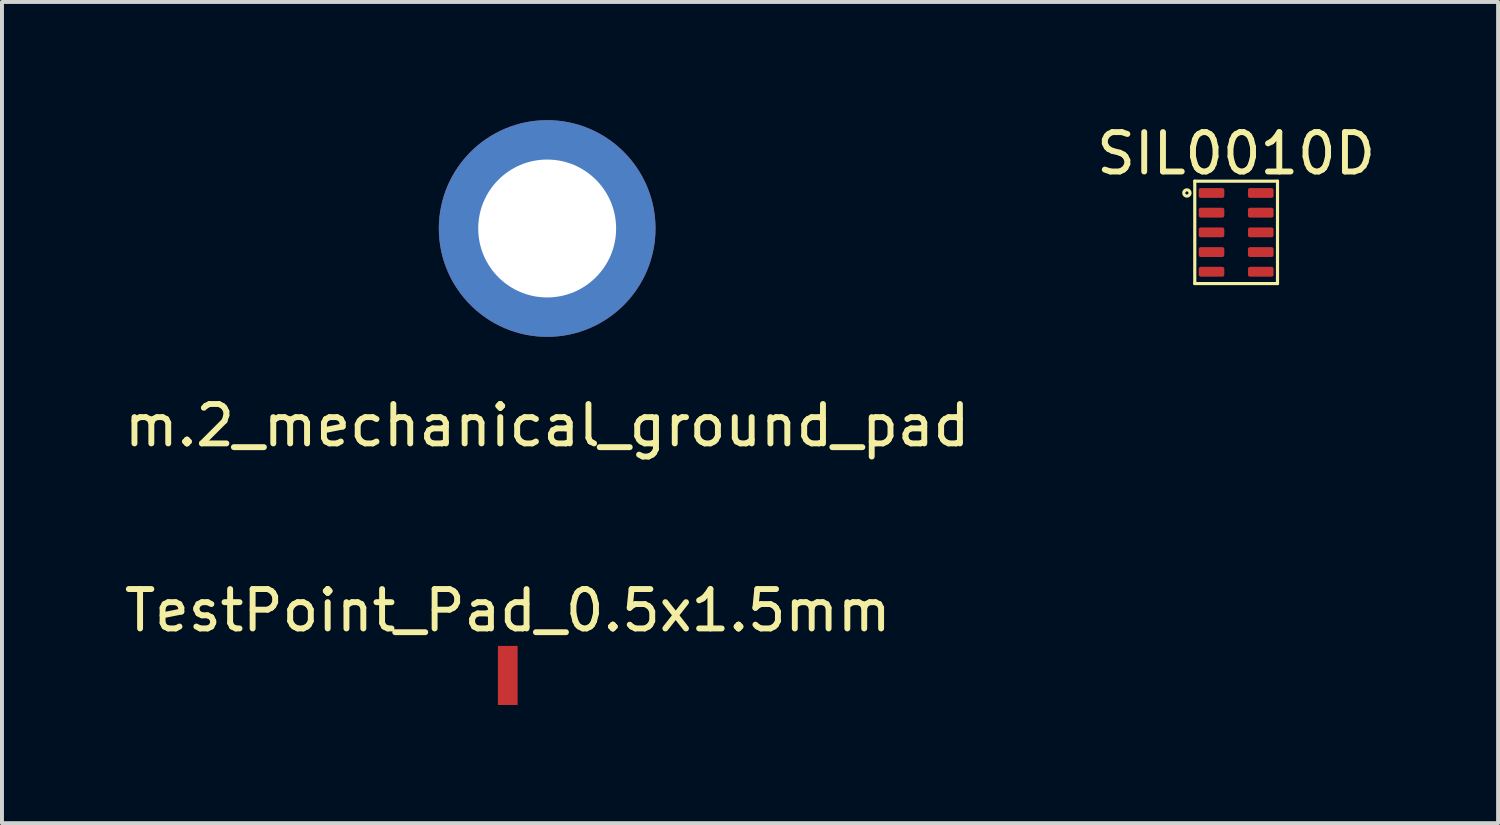
<source format=kicad_pcb>
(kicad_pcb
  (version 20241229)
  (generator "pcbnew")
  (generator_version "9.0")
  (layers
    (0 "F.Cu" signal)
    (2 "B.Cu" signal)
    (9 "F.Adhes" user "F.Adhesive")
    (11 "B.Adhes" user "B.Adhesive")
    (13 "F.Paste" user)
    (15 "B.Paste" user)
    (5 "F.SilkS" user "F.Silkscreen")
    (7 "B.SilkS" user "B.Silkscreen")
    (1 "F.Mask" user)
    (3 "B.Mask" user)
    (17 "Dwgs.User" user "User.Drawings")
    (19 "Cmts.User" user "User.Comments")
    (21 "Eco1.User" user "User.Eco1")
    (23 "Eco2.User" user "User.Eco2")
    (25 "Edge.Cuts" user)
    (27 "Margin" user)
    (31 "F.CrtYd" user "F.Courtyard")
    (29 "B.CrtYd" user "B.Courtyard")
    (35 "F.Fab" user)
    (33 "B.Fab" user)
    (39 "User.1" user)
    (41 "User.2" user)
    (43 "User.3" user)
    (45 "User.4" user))
  (footprint "m.2_mechanical_ground_pad"
    (layer "F.Cu")
    (at 10.839 2.75)
    (property "Reference" "m.2_mechanical_ground_pad" (at 0 5 0) (layer "F.SilkS") (effects (font (size 1 1) (thickness 0.15))))
    (attr through_hole)
    (fp_line (start -2.5 1) (end -2.5 -0.5) (stroke (width 1) (type solid)) (layer "B.Mask"))
    (fp_line (start 2.5 1) (end 2.5 -0.5) (stroke (width 1) (type solid)) (layer "B.Mask"))
    (fp_arc (start 2 1) (mid 0 3) (end -2 1) (stroke (width 2) (type solid)) (layer "B.Mask"))
    (pad "1" thru_hole circle (at 0 0) (size 5.5 5.5) (drill 3.5) (layers "*.Cu" "*.Mask")))
  (footprint "SIL0010D"
    (layer "F.Cu")
    (at 28.327 2.848)
    (property "Reference" "SIL0010D" (at 0 -2 0) (layer "F.SilkS") (effects (font (size 1 1) (thickness 0.15))))
    (attr through_hole)
    (fp_line (start -1.05 -1.3) (end 1.05 -1.3) (stroke (width 0.08) (type solid)) (layer "F.SilkS"))
    (fp_line (start -1.05 1.3) (end -1.05 -1.3) (stroke (width 0.08) (type solid)) (layer "F.SilkS"))
    (fp_line (start 1.05 -1.3) (end 1.05 1.3) (stroke (width 0.08) (type solid)) (layer "F.SilkS"))
    (fp_line (start 1.05 1.3) (end -1.05 1.3) (stroke (width 0.08) (type solid)) (layer "F.SilkS"))
    (fp_circle (center -1.25 -1) (end -1.17 -1) (stroke (width 0.08) (type solid)) (fill no) (layer "F.SilkS"))
    (pad "1" smd roundrect (at -0.625 -1) (size 0.65 0.25) (layers "F.Cu" "F.Mask" "F.Paste") (roundrect_rratio 0.2))
    (pad "2" smd roundrect (at -0.625 -0.5) (size 0.65 0.25) (layers "F.Cu" "F.Mask" "F.Paste") (roundrect_rratio 0.2))
    (pad "3" smd roundrect (at -0.625 0) (size 0.65 0.25) (layers "F.Cu" "F.Mask" "F.Paste") (roundrect_rratio 0.2))
    (pad "4" smd roundrect (at -0.625 0.5) (size 0.65 0.25) (layers "F.Cu" "F.Mask" "F.Paste") (roundrect_rratio 0.2))
    (pad "5" smd roundrect (at -0.625 1) (size 0.65 0.25) (layers "F.Cu" "F.Mask" "F.Paste") (roundrect_rratio 0.2))
    (pad "6" smd roundrect (at 0.625 1) (size 0.65 0.25) (layers "F.Cu" "F.Mask" "F.Paste") (roundrect_rratio 0.2))
    (pad "7" smd roundrect (at 0.625 0.5) (size 0.65 0.25) (layers "F.Cu" "F.Mask" "F.Paste") (roundrect_rratio 0.2))
    (pad "8" smd roundrect (at 0.625 0) (size 0.65 0.25) (layers "F.Cu" "F.Mask" "F.Paste") (roundrect_rratio 0.2))
    (pad "9" smd roundrect (at 0.625 -0.5) (size 0.65 0.25) (layers "F.Cu" "F.Mask" "F.Paste") (roundrect_rratio 0.2))
    (pad "10" smd roundrect (at 0.625 -1) (size 0.65 0.25) (layers "F.Cu" "F.Mask" "F.Paste") (roundrect_rratio 0.2)))
  (footprint "TestPoint_Pad_0.5x1.5mm"
    (layer "F.Cu")
    (at 9.839 14.095)
    (property "Reference" "TestPoint_Pad_0.5x1.5mm" (at 0 -1.648 0) (layer "F.SilkS") (effects (font (size 1 1) (thickness 0.15))))
    (attr exclude_from_pos_files exclude_from_bom)
    (pad "1" smd rect (at 0 0) (size 0.5 1.5) (layers "F.Cu" "F.Mask")))
  (gr_rect
    (start -3 -3)
    (end 34.976 17.845)
    (stroke (width 0.1) (type default))
    (fill no)
    (layer "Edge.Cuts")))
</source>
